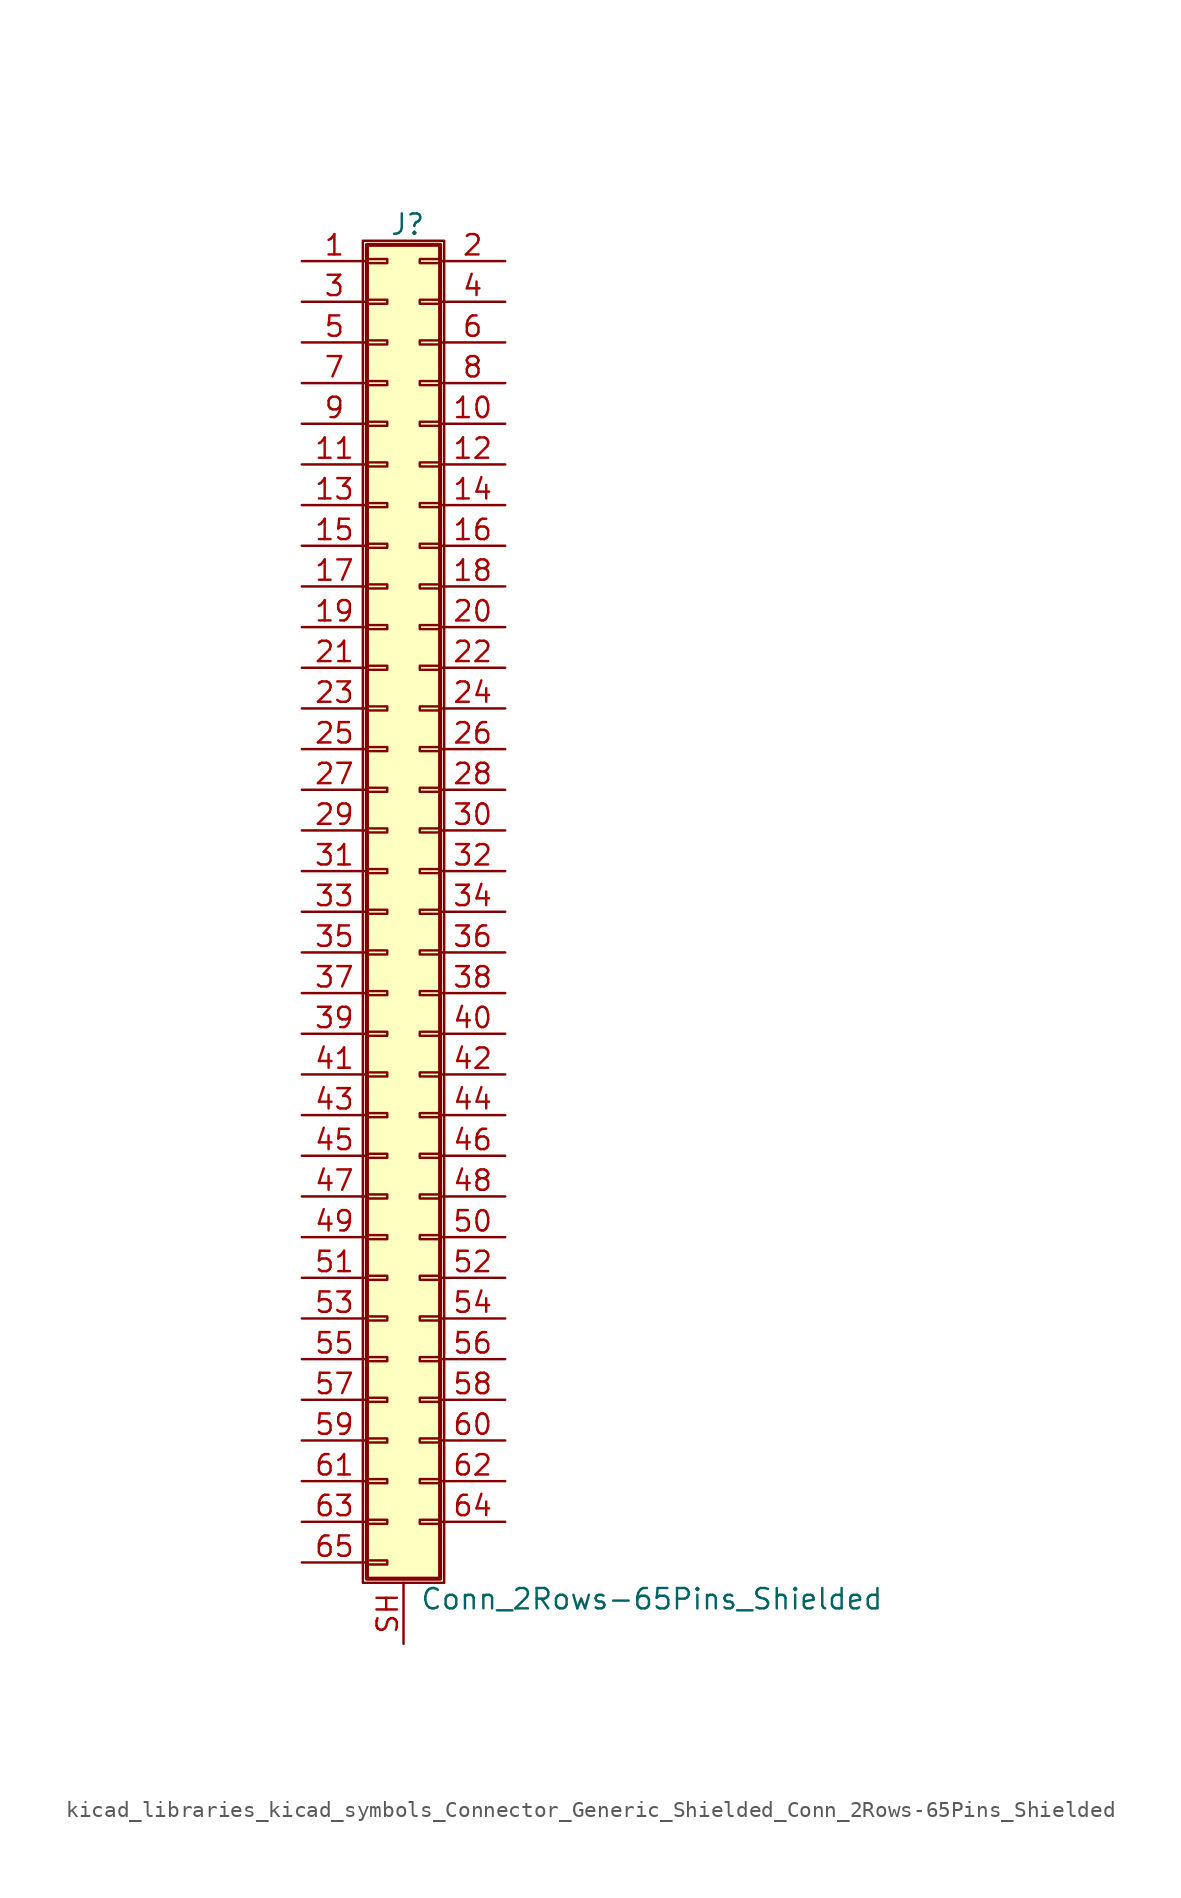
<source format=kicad_sym>
(kicad_symbol_lib
  (version 20220914)
  (generator kicad_symbol_editor)
  (symbol "kicad_libraries_kicad_symbols_Connector_Generic_Shielded_Conn_2Rows-65Pins_Shielded"
    (pin_names
      (offset 1.016) hide)
    (property "Reference" "J"
      (at 1.524 42.926 0)
      (effects (font (size 1.27 1.27))))
    (property "Value" "Conn_2Rows-65Pins_Shielded"
      (at 2.286 -42.926 0)
      (effects (font (size 1.27 1.27)) (justify left)))
    (symbol "kicad_libraries_kicad_symbols_Connector_Generic_Shielded_Conn_2Rows-65Pins_Shielded_1_1"
      (rectangle (start -1.27 41.91) (end 3.81 -41.91) (stroke (width 0.152) (type default)) (fill (type none)))
      (rectangle (start -1.016 -40.513) (end 0.254 -40.767) (stroke (width 0.152) (type default)) (fill (type none)))
      (rectangle (start -1.016 -37.973) (end 0.254 -38.227) (stroke (width 0.152) (type default)) (fill (type none)))
      (rectangle (start -1.016 -35.433) (end 0.254 -35.687) (stroke (width 0.152) (type default)) (fill (type none)))
      (rectangle (start -1.016 -32.893) (end 0.254 -33.147) (stroke (width 0.152) (type default)) (fill (type none)))
      (rectangle (start -1.016 -30.353) (end 0.254 -30.607) (stroke (width 0.152) (type default)) (fill (type none)))
      (rectangle (start -1.016 -27.813) (end 0.254 -28.067) (stroke (width 0.152) (type default)) (fill (type none)))
      (rectangle (start -1.016 -25.273) (end 0.254 -25.527) (stroke (width 0.152) (type default)) (fill (type none)))
      (rectangle (start -1.016 -22.733) (end 0.254 -22.987) (stroke (width 0.152) (type default)) (fill (type none)))
      (rectangle (start -1.016 -20.193) (end 0.254 -20.447) (stroke (width 0.152) (type default)) (fill (type none)))
      (rectangle (start -1.016 -17.653) (end 0.254 -17.907) (stroke (width 0.152) (type default)) (fill (type none)))
      (rectangle (start -1.016 -15.113) (end 0.254 -15.367) (stroke (width 0.152) (type default)) (fill (type none)))
      (rectangle (start -1.016 -12.573) (end 0.254 -12.827) (stroke (width 0.152) (type default)) (fill (type none)))
      (rectangle (start -1.016 -10.033) (end 0.254 -10.287) (stroke (width 0.152) (type default)) (fill (type none)))
      (rectangle (start -1.016 -7.493) (end 0.254 -7.747) (stroke (width 0.152) (type default)) (fill (type none)))
      (rectangle (start -1.016 -4.953) (end 0.254 -5.207) (stroke (width 0.152) (type default)) (fill (type none)))
      (rectangle (start -1.016 -2.413) (end 0.254 -2.667) (stroke (width 0.152) (type default)) (fill (type none)))
      (rectangle (start -1.016 0.127) (end 0.254 -0.127) (stroke (width 0.152) (type default)) (fill (type none)))
      (rectangle (start -1.016 2.667) (end 0.254 2.413) (stroke (width 0.152) (type default)) (fill (type none)))
      (rectangle (start -1.016 5.207) (end 0.254 4.953) (stroke (width 0.152) (type default)) (fill (type none)))
      (rectangle (start -1.016 7.747) (end 0.254 7.493) (stroke (width 0.152) (type default)) (fill (type none)))
      (rectangle (start -1.016 10.287) (end 0.254 10.033) (stroke (width 0.152) (type default)) (fill (type none)))
      (rectangle (start -1.016 12.827) (end 0.254 12.573) (stroke (width 0.152) (type default)) (fill (type none)))
      (rectangle (start -1.016 15.367) (end 0.254 15.113) (stroke (width 0.152) (type default)) (fill (type none)))
      (rectangle (start -1.016 17.907) (end 0.254 17.653) (stroke (width 0.152) (type default)) (fill (type none)))
      (rectangle (start -1.016 20.447) (end 0.254 20.193) (stroke (width 0.152) (type default)) (fill (type none)))
      (rectangle (start -1.016 22.987) (end 0.254 22.733) (stroke (width 0.152) (type default)) (fill (type none)))
      (rectangle (start -1.016 25.527) (end 0.254 25.273) (stroke (width 0.152) (type default)) (fill (type none)))
      (rectangle (start -1.016 28.067) (end 0.254 27.813) (stroke (width 0.152) (type default)) (fill (type none)))
      (rectangle (start -1.016 30.607) (end 0.254 30.353) (stroke (width 0.152) (type default)) (fill (type none)))
      (rectangle (start -1.016 33.147) (end 0.254 32.893) (stroke (width 0.152) (type default)) (fill (type none)))
      (rectangle (start -1.016 35.687) (end 0.254 35.433) (stroke (width 0.152) (type default)) (fill (type none)))
      (rectangle (start -1.016 38.227) (end 0.254 37.973) (stroke (width 0.152) (type default)) (fill (type none)))
      (rectangle (start -1.016 40.767) (end 0.254 40.513) (stroke (width 0.152) (type default)) (fill (type none)))
      (rectangle (start -1.016 41.656) (end 3.556 -41.656) (stroke (width 0.254) (type default)) (fill (type background)))
      (rectangle (start 3.556 -37.973) (end 2.286 -38.227) (stroke (width 0.152) (type default)) (fill (type none)))
      (rectangle (start 3.556 -35.433) (end 2.286 -35.687) (stroke (width 0.152) (type default)) (fill (type none)))
      (rectangle (start 3.556 -32.893) (end 2.286 -33.147) (stroke (width 0.152) (type default)) (fill (type none)))
      (rectangle (start 3.556 -30.353) (end 2.286 -30.607) (stroke (width 0.152) (type default)) (fill (type none)))
      (rectangle (start 3.556 -27.813) (end 2.286 -28.067) (stroke (width 0.152) (type default)) (fill (type none)))
      (rectangle (start 3.556 -25.273) (end 2.286 -25.527) (stroke (width 0.152) (type default)) (fill (type none)))
      (rectangle (start 3.556 -22.733) (end 2.286 -22.987) (stroke (width 0.152) (type default)) (fill (type none)))
      (rectangle (start 3.556 -20.193) (end 2.286 -20.447) (stroke (width 0.152) (type default)) (fill (type none)))
      (rectangle (start 3.556 -17.653) (end 2.286 -17.907) (stroke (width 0.152) (type default)) (fill (type none)))
      (rectangle (start 3.556 -15.113) (end 2.286 -15.367) (stroke (width 0.152) (type default)) (fill (type none)))
      (rectangle (start 3.556 -12.573) (end 2.286 -12.827) (stroke (width 0.152) (type default)) (fill (type none)))
      (rectangle (start 3.556 -10.033) (end 2.286 -10.287) (stroke (width 0.152) (type default)) (fill (type none)))
      (rectangle (start 3.556 -7.493) (end 2.286 -7.747) (stroke (width 0.152) (type default)) (fill (type none)))
      (rectangle (start 3.556 -4.953) (end 2.286 -5.207) (stroke (width 0.152) (type default)) (fill (type none)))
      (rectangle (start 3.556 -2.413) (end 2.286 -2.667) (stroke (width 0.152) (type default)) (fill (type none)))
      (rectangle (start 3.556 0.127) (end 2.286 -0.127) (stroke (width 0.152) (type default)) (fill (type none)))
      (rectangle (start 3.556 2.667) (end 2.286 2.413) (stroke (width 0.152) (type default)) (fill (type none)))
      (rectangle (start 3.556 5.207) (end 2.286 4.953) (stroke (width 0.152) (type default)) (fill (type none)))
      (rectangle (start 3.556 7.747) (end 2.286 7.493) (stroke (width 0.152) (type default)) (fill (type none)))
      (rectangle (start 3.556 10.287) (end 2.286 10.033) (stroke (width 0.152) (type default)) (fill (type none)))
      (rectangle (start 3.556 12.827) (end 2.286 12.573) (stroke (width 0.152) (type default)) (fill (type none)))
      (rectangle (start 3.556 15.367) (end 2.286 15.113) (stroke (width 0.152) (type default)) (fill (type none)))
      (rectangle (start 3.556 17.907) (end 2.286 17.653) (stroke (width 0.152) (type default)) (fill (type none)))
      (rectangle (start 3.556 20.447) (end 2.286 20.193) (stroke (width 0.152) (type default)) (fill (type none)))
      (rectangle (start 3.556 22.987) (end 2.286 22.733) (stroke (width 0.152) (type default)) (fill (type none)))
      (rectangle (start 3.556 25.527) (end 2.286 25.273) (stroke (width 0.152) (type default)) (fill (type none)))
      (rectangle (start 3.556 28.067) (end 2.286 27.813) (stroke (width 0.152) (type default)) (fill (type none)))
      (rectangle (start 3.556 30.607) (end 2.286 30.353) (stroke (width 0.152) (type default)) (fill (type none)))
      (rectangle (start 3.556 33.147) (end 2.286 32.893) (stroke (width 0.152) (type default)) (fill (type none)))
      (rectangle (start 3.556 35.687) (end 2.286 35.433) (stroke (width 0.152) (type default)) (fill (type none)))
      (rectangle (start 3.556 38.227) (end 2.286 37.973) (stroke (width 0.152) (type default)) (fill (type none)))
      (rectangle (start 3.556 40.767) (end 2.286 40.513) (stroke (width 0.152) (type default)) (fill (type none)))
      (pin passive line (at -5.08 40.64 0) (length 4.064) (name "Pin_1" (effects (font (size 1.27 1.27)))) (number "1" (effects (font (size 1.27 1.27)))))
      (pin passive line (at 7.62 30.48 180) (length 4.064) (name "Pin_10" (effects (font (size 1.27 1.27)))) (number "10" (effects (font (size 1.27 1.27)))))
      (pin passive line (at -5.08 27.94 0) (length 4.064) (name "Pin_11" (effects (font (size 1.27 1.27)))) (number "11" (effects (font (size 1.27 1.27)))))
      (pin passive line (at 7.62 27.94 180) (length 4.064) (name "Pin_12" (effects (font (size 1.27 1.27)))) (number "12" (effects (font (size 1.27 1.27)))))
      (pin passive line (at -5.08 25.4 0) (length 4.064) (name "Pin_13" (effects (font (size 1.27 1.27)))) (number "13" (effects (font (size 1.27 1.27)))))
      (pin passive line (at 7.62 25.4 180) (length 4.064) (name "Pin_14" (effects (font (size 1.27 1.27)))) (number "14" (effects (font (size 1.27 1.27)))))
      (pin passive line (at -5.08 22.86 0) (length 4.064) (name "Pin_15" (effects (font (size 1.27 1.27)))) (number "15" (effects (font (size 1.27 1.27)))))
      (pin passive line (at 7.62 22.86 180) (length 4.064) (name "Pin_16" (effects (font (size 1.27 1.27)))) (number "16" (effects (font (size 1.27 1.27)))))
      (pin passive line (at -5.08 20.32 0) (length 4.064) (name "Pin_17" (effects (font (size 1.27 1.27)))) (number "17" (effects (font (size 1.27 1.27)))))
      (pin passive line (at 7.62 20.32 180) (length 4.064) (name "Pin_18" (effects (font (size 1.27 1.27)))) (number "18" (effects (font (size 1.27 1.27)))))
      (pin passive line (at -5.08 17.78 0) (length 4.064) (name "Pin_19" (effects (font (size 1.27 1.27)))) (number "19" (effects (font (size 1.27 1.27)))))
      (pin passive line (at 7.62 40.64 180) (length 4.064) (name "Pin_2" (effects (font (size 1.27 1.27)))) (number "2" (effects (font (size 1.27 1.27)))))
      (pin passive line (at 7.62 17.78 180) (length 4.064) (name "Pin_20" (effects (font (size 1.27 1.27)))) (number "20" (effects (font (size 1.27 1.27)))))
      (pin passive line (at -5.08 15.24 0) (length 4.064) (name "Pin_21" (effects (font (size 1.27 1.27)))) (number "21" (effects (font (size 1.27 1.27)))))
      (pin passive line (at 7.62 15.24 180) (length 4.064) (name "Pin_22" (effects (font (size 1.27 1.27)))) (number "22" (effects (font (size 1.27 1.27)))))
      (pin passive line (at -5.08 12.7 0) (length 4.064) (name "Pin_23" (effects (font (size 1.27 1.27)))) (number "23" (effects (font (size 1.27 1.27)))))
      (pin passive line (at 7.62 12.7 180) (length 4.064) (name "Pin_24" (effects (font (size 1.27 1.27)))) (number "24" (effects (font (size 1.27 1.27)))))
      (pin passive line (at -5.08 10.16 0) (length 4.064) (name "Pin_25" (effects (font (size 1.27 1.27)))) (number "25" (effects (font (size 1.27 1.27)))))
      (pin passive line (at 7.62 10.16 180) (length 4.064) (name "Pin_26" (effects (font (size 1.27 1.27)))) (number "26" (effects (font (size 1.27 1.27)))))
      (pin passive line (at -5.08 7.62 0) (length 4.064) (name "Pin_27" (effects (font (size 1.27 1.27)))) (number "27" (effects (font (size 1.27 1.27)))))
      (pin passive line (at 7.62 7.62 180) (length 4.064) (name "Pin_28" (effects (font (size 1.27 1.27)))) (number "28" (effects (font (size 1.27 1.27)))))
      (pin passive line (at -5.08 5.08 0) (length 4.064) (name "Pin_29" (effects (font (size 1.27 1.27)))) (number "29" (effects (font (size 1.27 1.27)))))
      (pin passive line (at -5.08 38.1 0) (length 4.064) (name "Pin_3" (effects (font (size 1.27 1.27)))) (number "3" (effects (font (size 1.27 1.27)))))
      (pin passive line (at 7.62 5.08 180) (length 4.064) (name "Pin_30" (effects (font (size 1.27 1.27)))) (number "30" (effects (font (size 1.27 1.27)))))
      (pin passive line (at -5.08 2.54 0) (length 4.064) (name "Pin_31" (effects (font (size 1.27 1.27)))) (number "31" (effects (font (size 1.27 1.27)))))
      (pin passive line (at 7.62 2.54 180) (length 4.064) (name "Pin_32" (effects (font (size 1.27 1.27)))) (number "32" (effects (font (size 1.27 1.27)))))
      (pin passive line (at -5.08 0 0) (length 4.064) (name "Pin_33" (effects (font (size 1.27 1.27)))) (number "33" (effects (font (size 1.27 1.27)))))
      (pin passive line (at 7.62 0 180) (length 4.064) (name "Pin_34" (effects (font (size 1.27 1.27)))) (number "34" (effects (font (size 1.27 1.27)))))
      (pin passive line (at -5.08 -2.54 0) (length 4.064) (name "Pin_35" (effects (font (size 1.27 1.27)))) (number "35" (effects (font (size 1.27 1.27)))))
      (pin passive line (at 7.62 -2.54 180) (length 4.064) (name "Pin_36" (effects (font (size 1.27 1.27)))) (number "36" (effects (font (size 1.27 1.27)))))
      (pin passive line (at -5.08 -5.08 0) (length 4.064) (name "Pin_37" (effects (font (size 1.27 1.27)))) (number "37" (effects (font (size 1.27 1.27)))))
      (pin passive line (at 7.62 -5.08 180) (length 4.064) (name "Pin_38" (effects (font (size 1.27 1.27)))) (number "38" (effects (font (size 1.27 1.27)))))
      (pin passive line (at -5.08 -7.62 0) (length 4.064) (name "Pin_39" (effects (font (size 1.27 1.27)))) (number "39" (effects (font (size 1.27 1.27)))))
      (pin passive line (at 7.62 38.1 180) (length 4.064) (name "Pin_4" (effects (font (size 1.27 1.27)))) (number "4" (effects (font (size 1.27 1.27)))))
      (pin passive line (at 7.62 -7.62 180) (length 4.064) (name "Pin_40" (effects (font (size 1.27 1.27)))) (number "40" (effects (font (size 1.27 1.27)))))
      (pin passive line (at -5.08 -10.16 0) (length 4.064) (name "Pin_41" (effects (font (size 1.27 1.27)))) (number "41" (effects (font (size 1.27 1.27)))))
      (pin passive line (at 7.62 -10.16 180) (length 4.064) (name "Pin_42" (effects (font (size 1.27 1.27)))) (number "42" (effects (font (size 1.27 1.27)))))
      (pin passive line (at -5.08 -12.7 0) (length 4.064) (name "Pin_43" (effects (font (size 1.27 1.27)))) (number "43" (effects (font (size 1.27 1.27)))))
      (pin passive line (at 7.62 -12.7 180) (length 4.064) (name "Pin_44" (effects (font (size 1.27 1.27)))) (number "44" (effects (font (size 1.27 1.27)))))
      (pin passive line (at -5.08 -15.24 0) (length 4.064) (name "Pin_45" (effects (font (size 1.27 1.27)))) (number "45" (effects (font (size 1.27 1.27)))))
      (pin passive line (at 7.62 -15.24 180) (length 4.064) (name "Pin_46" (effects (font (size 1.27 1.27)))) (number "46" (effects (font (size 1.27 1.27)))))
      (pin passive line (at -5.08 -17.78 0) (length 4.064) (name "Pin_47" (effects (font (size 1.27 1.27)))) (number "47" (effects (font (size 1.27 1.27)))))
      (pin passive line (at 7.62 -17.78 180) (length 4.064) (name "Pin_48" (effects (font (size 1.27 1.27)))) (number "48" (effects (font (size 1.27 1.27)))))
      (pin passive line (at -5.08 -20.32 0) (length 4.064) (name "Pin_49" (effects (font (size 1.27 1.27)))) (number "49" (effects (font (size 1.27 1.27)))))
      (pin passive line (at -5.08 35.56 0) (length 4.064) (name "Pin_5" (effects (font (size 1.27 1.27)))) (number "5" (effects (font (size 1.27 1.27)))))
      (pin passive line (at 7.62 -20.32 180) (length 4.064) (name "Pin_50" (effects (font (size 1.27 1.27)))) (number "50" (effects (font (size 1.27 1.27)))))
      (pin passive line (at -5.08 -22.86 0) (length 4.064) (name "Pin_51" (effects (font (size 1.27 1.27)))) (number "51" (effects (font (size 1.27 1.27)))))
      (pin passive line (at 7.62 -22.86 180) (length 4.064) (name "Pin_52" (effects (font (size 1.27 1.27)))) (number "52" (effects (font (size 1.27 1.27)))))
      (pin passive line (at -5.08 -25.4 0) (length 4.064) (name "Pin_53" (effects (font (size 1.27 1.27)))) (number "53" (effects (font (size 1.27 1.27)))))
      (pin passive line (at 7.62 -25.4 180) (length 4.064) (name "Pin_54" (effects (font (size 1.27 1.27)))) (number "54" (effects (font (size 1.27 1.27)))))
      (pin passive line (at -5.08 -27.94 0) (length 4.064) (name "Pin_55" (effects (font (size 1.27 1.27)))) (number "55" (effects (font (size 1.27 1.27)))))
      (pin passive line (at 7.62 -27.94 180) (length 4.064) (name "Pin_56" (effects (font (size 1.27 1.27)))) (number "56" (effects (font (size 1.27 1.27)))))
      (pin passive line (at -5.08 -30.48 0) (length 4.064) (name "Pin_57" (effects (font (size 1.27 1.27)))) (number "57" (effects (font (size 1.27 1.27)))))
      (pin passive line (at 7.62 -30.48 180) (length 4.064) (name "Pin_58" (effects (font (size 1.27 1.27)))) (number "58" (effects (font (size 1.27 1.27)))))
      (pin passive line (at -5.08 -33.02 0) (length 4.064) (name "Pin_59" (effects (font (size 1.27 1.27)))) (number "59" (effects (font (size 1.27 1.27)))))
      (pin passive line (at 7.62 35.56 180) (length 4.064) (name "Pin_6" (effects (font (size 1.27 1.27)))) (number "6" (effects (font (size 1.27 1.27)))))
      (pin passive line (at 7.62 -33.02 180) (length 4.064) (name "Pin_60" (effects (font (size 1.27 1.27)))) (number "60" (effects (font (size 1.27 1.27)))))
      (pin passive line (at -5.08 -35.56 0) (length 4.064) (name "Pin_61" (effects (font (size 1.27 1.27)))) (number "61" (effects (font (size 1.27 1.27)))))
      (pin passive line (at 7.62 -35.56 180) (length 4.064) (name "Pin_62" (effects (font (size 1.27 1.27)))) (number "62" (effects (font (size 1.27 1.27)))))
      (pin passive line (at -5.08 -38.1 0) (length 4.064) (name "Pin_63" (effects (font (size 1.27 1.27)))) (number "63" (effects (font (size 1.27 1.27)))))
      (pin passive line (at 7.62 -38.1 180) (length 4.064) (name "Pin_64" (effects (font (size 1.27 1.27)))) (number "64" (effects (font (size 1.27 1.27)))))
      (pin passive line (at -5.08 -40.64 0) (length 4.064) (name "Pin_65" (effects (font (size 1.27 1.27)))) (number "65" (effects (font (size 1.27 1.27)))))
      (pin passive line (at -5.08 33.02 0) (length 4.064) (name "Pin_7" (effects (font (size 1.27 1.27)))) (number "7" (effects (font (size 1.27 1.27)))))
      (pin passive line (at 7.62 33.02 180) (length 4.064) (name "Pin_8" (effects (font (size 1.27 1.27)))) (number "8" (effects (font (size 1.27 1.27)))))
      (pin passive line (at -5.08 30.48 0) (length 4.064) (name "Pin_9" (effects (font (size 1.27 1.27)))) (number "9" (effects (font (size 1.27 1.27)))))
      (pin passive line (at 1.27 -45.72 90) (length 3.81) (name "Shield" (effects (font (size 1.27 1.27)))) (number "SH" (effects (font (size 1.27 1.27))))))))
</source>
